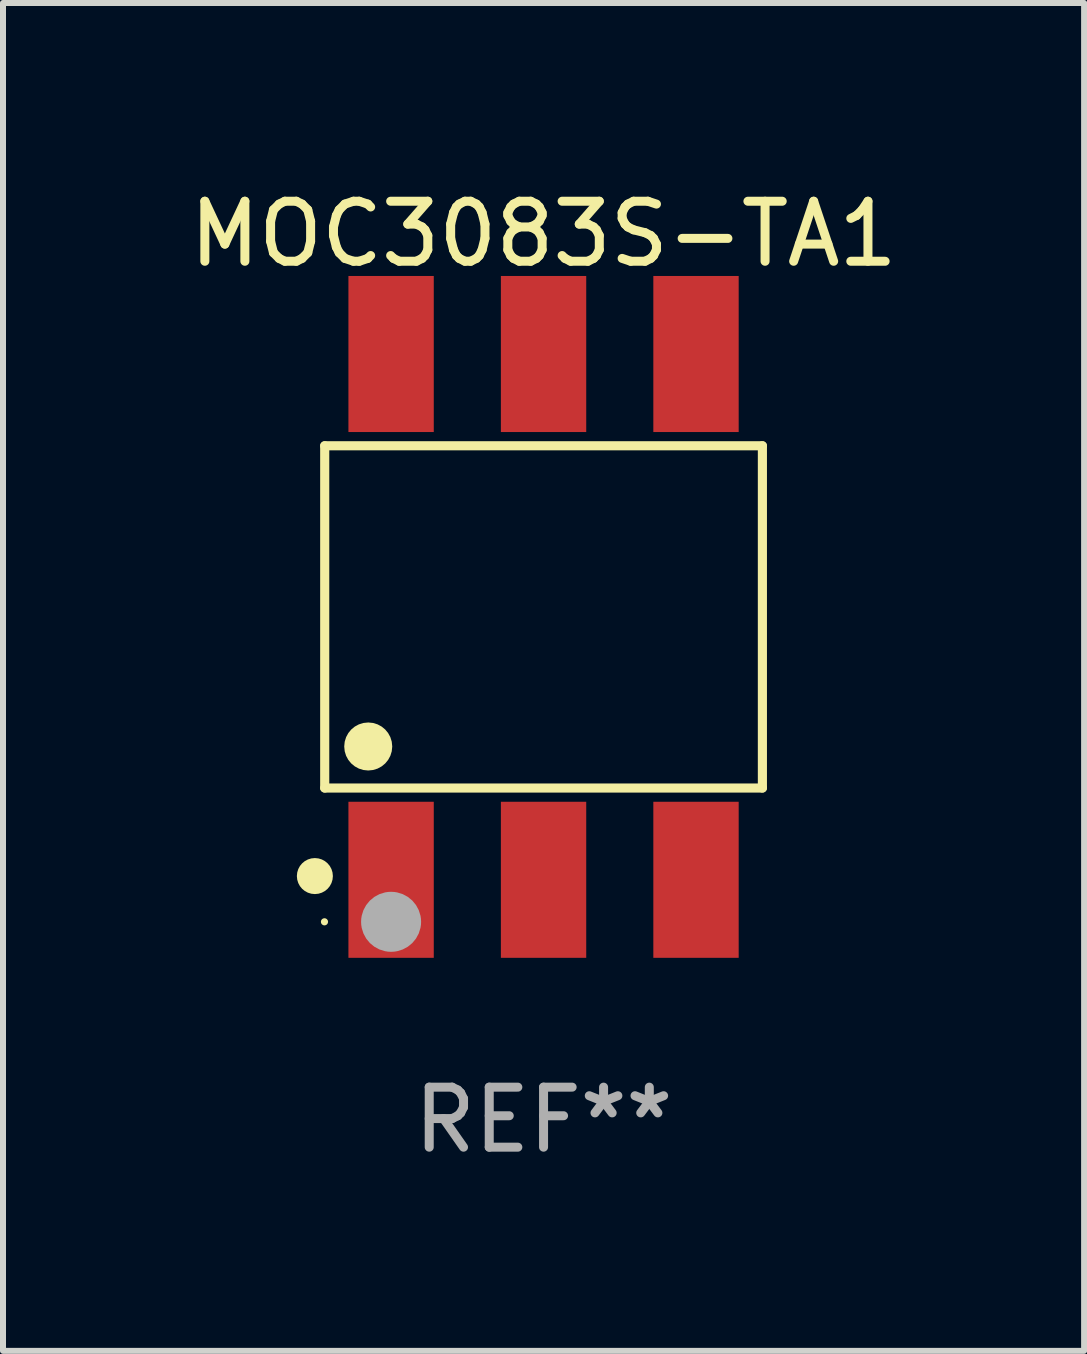
<source format=kicad_pcb>
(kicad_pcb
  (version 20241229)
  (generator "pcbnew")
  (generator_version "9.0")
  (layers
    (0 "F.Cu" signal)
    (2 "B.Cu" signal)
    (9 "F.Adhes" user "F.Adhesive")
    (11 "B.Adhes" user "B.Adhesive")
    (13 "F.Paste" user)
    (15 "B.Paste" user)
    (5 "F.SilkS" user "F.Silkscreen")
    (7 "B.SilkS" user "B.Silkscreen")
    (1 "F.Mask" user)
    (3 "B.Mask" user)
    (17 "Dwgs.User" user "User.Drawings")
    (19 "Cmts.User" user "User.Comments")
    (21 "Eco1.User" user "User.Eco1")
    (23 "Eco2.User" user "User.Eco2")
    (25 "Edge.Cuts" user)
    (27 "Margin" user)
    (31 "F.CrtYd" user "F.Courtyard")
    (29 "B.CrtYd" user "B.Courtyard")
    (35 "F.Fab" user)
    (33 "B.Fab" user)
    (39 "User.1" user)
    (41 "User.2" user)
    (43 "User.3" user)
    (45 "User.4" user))
  (footprint "MOC3083S-TA1"
    (layer "F.Cu")
    (at 6.006 7.228)
    (property "Reference" "MOC3083S-TA1" (at 0 -6.38 0) (layer "F.SilkS") (effects (font (size 1 1) (thickness 0.15))))
    (attr through_hole)
    (fp_line (start -3.646 -2.851) (end 3.646 -2.851) (stroke (width 0.152) (type solid)) (layer "F.SilkS"))
    (fp_line (start -3.646 2.851) (end -3.646 -2.851) (stroke (width 0.152) (type solid)) (layer "F.SilkS"))
    (fp_line (start 3.646 -2.851) (end 3.646 2.851) (stroke (width 0.152) (type solid)) (layer "F.SilkS"))
    (fp_line (start 3.646 2.851) (end -3.646 2.851) (stroke (width 0.152) (type solid)) (layer "F.SilkS"))
    (fp_circle (center -3.81 4.318) (end -3.66 4.318) (stroke (width 0.3) (type solid)) (fill no) (layer "F.SilkS"))
    (fp_circle (center -3.65 5.08) (end -3.62 5.08) (stroke (width 0.06) (type solid)) (fill no) (layer "F.SilkS"))
    (fp_circle (center -2.921 2.159) (end -2.721 2.159) (stroke (width 0.4) (type solid)) (fill no) (layer "F.SilkS"))
    (fp_circle (center -2.54 5.08) (end -2.29 5.08) (stroke (width 0.5) (type solid)) (fill no) (layer "F.Fab"))
    (fp_text user "REF**" (at 0 8.38 0) (layer "F.Fab") (effects (font (size 1 1) (thickness 0.15))))
    (pad "1" smd rect (at -2.54 4.38) (size 1.422 2.6) (layers "F.Cu" "F.Mask" "F.Paste"))
    (pad "2" smd rect (at 0 4.38) (size 1.422 2.6) (layers "F.Cu" "F.Mask" "F.Paste"))
    (pad "3" smd rect (at 2.54 4.38) (size 1.422 2.6) (layers "F.Cu" "F.Mask" "F.Paste"))
    (pad "4" smd rect (at 2.54 -4.38) (size 1.422 2.6) (layers "F.Cu" "F.Mask" "F.Paste"))
    (pad "5" smd rect (at 0 -4.38) (size 1.422 2.6) (layers "F.Cu" "F.Mask" "F.Paste"))
    (pad "6" smd rect (at -2.54 -4.38) (size 1.422 2.6) (layers "F.Cu" "F.Mask" "F.Paste")))
  (gr_rect
    (start -3 -3)
    (end 15.012 19.456)
    (stroke (width 0.1) (type default))
    (fill no)
    (layer "Edge.Cuts")))
</source>
